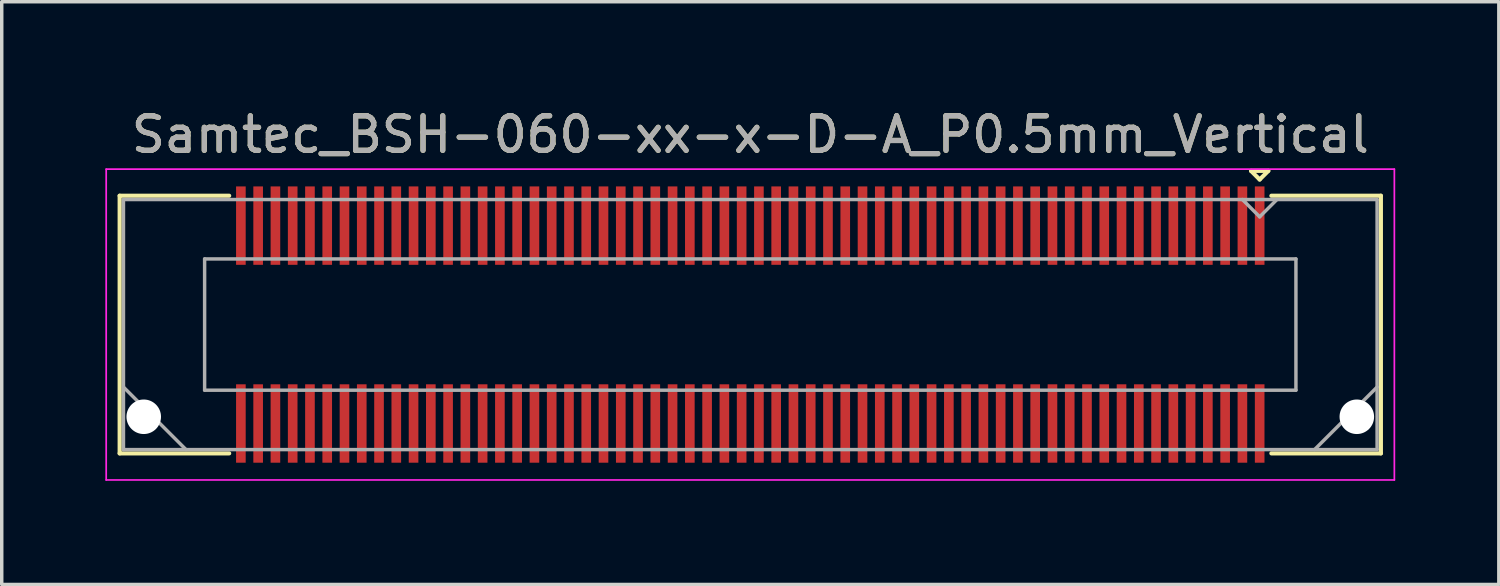
<source format=kicad_pcb>
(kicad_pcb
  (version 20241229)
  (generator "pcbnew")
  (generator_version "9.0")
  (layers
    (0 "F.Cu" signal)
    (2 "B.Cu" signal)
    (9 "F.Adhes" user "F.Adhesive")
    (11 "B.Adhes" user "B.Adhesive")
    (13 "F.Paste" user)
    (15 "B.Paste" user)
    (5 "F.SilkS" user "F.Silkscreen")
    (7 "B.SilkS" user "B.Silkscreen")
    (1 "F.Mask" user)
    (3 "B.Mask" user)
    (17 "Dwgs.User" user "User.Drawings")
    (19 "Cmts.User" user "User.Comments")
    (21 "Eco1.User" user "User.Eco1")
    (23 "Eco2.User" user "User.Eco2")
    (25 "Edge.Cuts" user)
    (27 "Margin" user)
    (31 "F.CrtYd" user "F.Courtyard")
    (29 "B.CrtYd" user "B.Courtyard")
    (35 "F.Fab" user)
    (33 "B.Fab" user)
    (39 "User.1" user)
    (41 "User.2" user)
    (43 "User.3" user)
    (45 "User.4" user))
  (footprint "Samtec_BSH-060-xx-x-D-A_P0.5mm_Vertical"
    (layer "F.Cu")
    (at 18.675 6.348)
    (property "Reference" "Samtec_BSH-060-xx-x-D-A_P0.5mm_Vertical" (at 0 -5.5 0) (layer "F.SilkS") (effects (font (size 1 1) (thickness 0.15))))
    (attr smd)
    (fp_line (start -18.26 -3.73) (end -15.089 -3.73) (stroke (width 0.12) (type solid)) (layer "F.SilkS"))
    (fp_line (start -18.26 3.73) (end -18.26 -3.73) (stroke (width 0.12) (type solid)) (layer "F.SilkS"))
    (fp_line (start -15.089 3.73) (end -18.26 3.73) (stroke (width 0.12) (type solid)) (layer "F.SilkS"))
    (fp_line (start 14.5 -4.45) (end 15 -4.45) (stroke (width 0.12) (type solid)) (layer "F.SilkS"))
    (fp_line (start 14.75 -4.2) (end 14.5 -4.45) (stroke (width 0.12) (type solid)) (layer "F.SilkS"))
    (fp_line (start 15 -4.45) (end 14.75 -4.2) (stroke (width 0.12) (type solid)) (layer "F.SilkS"))
    (fp_line (start 15.089 3.73) (end 18.26 3.73) (stroke (width 0.12) (type solid)) (layer "F.SilkS"))
    (fp_line (start 18.26 -3.73) (end 15.089 -3.73) (stroke (width 0.12) (type solid)) (layer "F.SilkS"))
    (fp_line (start 18.26 3.73) (end 18.26 -3.73) (stroke (width 0.12) (type solid)) (layer "F.SilkS"))
    (fp_line (start -18.65 -4.5) (end -18.65 4.5) (stroke (width 0.05) (type solid)) (layer "F.CrtYd"))
    (fp_line (start -18.65 4.5) (end 18.65 4.5) (stroke (width 0.05) (type solid)) (layer "F.CrtYd"))
    (fp_line (start 18.65 -4.5) (end -18.65 -4.5) (stroke (width 0.05) (type solid)) (layer "F.CrtYd"))
    (fp_line (start 18.65 4.5) (end 18.65 -4.5) (stroke (width 0.05) (type solid)) (layer "F.CrtYd"))
    (fp_line (start -18.15 -3.62) (end -18.15 3.62) (stroke (width 0.1) (type solid)) (layer "F.Fab"))
    (fp_line (start -18.15 1.81) (end -16.34 3.62) (stroke (width 0.1) (type solid)) (layer "F.Fab"))
    (fp_line (start -18.15 3.62) (end 18.15 3.62) (stroke (width 0.1) (type solid)) (layer "F.Fab"))
    (fp_line (start -15.8 -1.9) (end -15.8 1.9) (stroke (width 0.1) (type solid)) (layer "F.Fab"))
    (fp_line (start -15.8 1.9) (end 15.8 1.9) (stroke (width 0.1) (type solid)) (layer "F.Fab"))
    (fp_line (start 14.75 -3.12) (end 14.25 -3.62) (stroke (width 0.1) (type solid)) (layer "F.Fab"))
    (fp_line (start 15.25 -3.62) (end 14.75 -3.12) (stroke (width 0.1) (type solid)) (layer "F.Fab"))
    (fp_line (start 15.8 -1.9) (end -15.8 -1.9) (stroke (width 0.1) (type solid)) (layer "F.Fab"))
    (fp_line (start 15.8 1.9) (end 15.8 -1.9) (stroke (width 0.1) (type solid)) (layer "F.Fab"))
    (fp_line (start 18.15 -3.62) (end -18.15 -3.62) (stroke (width 0.1) (type solid)) (layer "F.Fab"))
    (fp_line (start 18.15 1.81) (end 16.34 3.62) (stroke (width 0.1) (type solid)) (layer "F.Fab"))
    (fp_line (start 18.15 3.62) (end 18.15 -3.62) (stroke (width 0.1) (type solid)) (layer "F.Fab"))
    (fp_text user "${REFERENCE}" (at 0 -5.5 0) (layer "F.Fab") (effects (font (size 1 1) (thickness 0.15))))
    (pad "" np_thru_hole circle (at -17.563 2.67) (size 1 1) (drill 1) (layers "*.Cu" "*.Mask"))
    (pad "" np_thru_hole circle (at 17.563 2.67) (size 1 1) (drill 1) (layers "*.Cu" "*.Mask"))
    (pad "1" smd rect (at 14.75 -2.865) (size 0.279 2.27) (layers "F.Cu" "F.Mask" "F.Paste"))
    (pad "2" smd rect (at 14.75 2.865) (size 0.279 2.27) (layers "F.Cu" "F.Mask" "F.Paste"))
    (pad "3" smd rect (at 14.25 -2.865) (size 0.279 2.27) (layers "F.Cu" "F.Mask" "F.Paste"))
    (pad "4" smd rect (at 14.25 2.865) (size 0.279 2.27) (layers "F.Cu" "F.Mask" "F.Paste"))
    (pad "5" smd rect (at 13.75 -2.865) (size 0.279 2.27) (layers "F.Cu" "F.Mask" "F.Paste"))
    (pad "6" smd rect (at 13.75 2.865) (size 0.279 2.27) (layers "F.Cu" "F.Mask" "F.Paste"))
    (pad "7" smd rect (at 13.25 -2.865) (size 0.279 2.27) (layers "F.Cu" "F.Mask" "F.Paste"))
    (pad "8" smd rect (at 13.25 2.865) (size 0.279 2.27) (layers "F.Cu" "F.Mask" "F.Paste"))
    (pad "9" smd rect (at 12.75 -2.865) (size 0.279 2.27) (layers "F.Cu" "F.Mask" "F.Paste"))
    (pad "10" smd rect (at 12.75 2.865) (size 0.279 2.27) (layers "F.Cu" "F.Mask" "F.Paste"))
    (pad "11" smd rect (at 12.25 -2.865) (size 0.279 2.27) (layers "F.Cu" "F.Mask" "F.Paste"))
    (pad "12" smd rect (at 12.25 2.865) (size 0.279 2.27) (layers "F.Cu" "F.Mask" "F.Paste"))
    (pad "13" smd rect (at 11.75 -2.865) (size 0.279 2.27) (layers "F.Cu" "F.Mask" "F.Paste"))
    (pad "14" smd rect (at 11.75 2.865) (size 0.279 2.27) (layers "F.Cu" "F.Mask" "F.Paste"))
    (pad "15" smd rect (at 11.25 -2.865) (size 0.279 2.27) (layers "F.Cu" "F.Mask" "F.Paste"))
    (pad "16" smd rect (at 11.25 2.865) (size 0.279 2.27) (layers "F.Cu" "F.Mask" "F.Paste"))
    (pad "17" smd rect (at 10.75 -2.865) (size 0.279 2.27) (layers "F.Cu" "F.Mask" "F.Paste"))
    (pad "18" smd rect (at 10.75 2.865) (size 0.279 2.27) (layers "F.Cu" "F.Mask" "F.Paste"))
    (pad "19" smd rect (at 10.25 -2.865) (size 0.279 2.27) (layers "F.Cu" "F.Mask" "F.Paste"))
    (pad "20" smd rect (at 10.25 2.865) (size 0.279 2.27) (layers "F.Cu" "F.Mask" "F.Paste"))
    (pad "21" smd rect (at 9.75 -2.865) (size 0.279 2.27) (layers "F.Cu" "F.Mask" "F.Paste"))
    (pad "22" smd rect (at 9.75 2.865) (size 0.279 2.27) (layers "F.Cu" "F.Mask" "F.Paste"))
    (pad "23" smd rect (at 9.25 -2.865) (size 0.279 2.27) (layers "F.Cu" "F.Mask" "F.Paste"))
    (pad "24" smd rect (at 9.25 2.865) (size 0.279 2.27) (layers "F.Cu" "F.Mask" "F.Paste"))
    (pad "25" smd rect (at 8.75 -2.865) (size 0.279 2.27) (layers "F.Cu" "F.Mask" "F.Paste"))
    (pad "26" smd rect (at 8.75 2.865) (size 0.279 2.27) (layers "F.Cu" "F.Mask" "F.Paste"))
    (pad "27" smd rect (at 8.25 -2.865) (size 0.279 2.27) (layers "F.Cu" "F.Mask" "F.Paste"))
    (pad "28" smd rect (at 8.25 2.865) (size 0.279 2.27) (layers "F.Cu" "F.Mask" "F.Paste"))
    (pad "29" smd rect (at 7.75 -2.865) (size 0.279 2.27) (layers "F.Cu" "F.Mask" "F.Paste"))
    (pad "30" smd rect (at 7.75 2.865) (size 0.279 2.27) (layers "F.Cu" "F.Mask" "F.Paste"))
    (pad "31" smd rect (at 7.25 -2.865) (size 0.279 2.27) (layers "F.Cu" "F.Mask" "F.Paste"))
    (pad "32" smd rect (at 7.25 2.865) (size 0.279 2.27) (layers "F.Cu" "F.Mask" "F.Paste"))
    (pad "33" smd rect (at 6.75 -2.865) (size 0.279 2.27) (layers "F.Cu" "F.Mask" "F.Paste"))
    (pad "34" smd rect (at 6.75 2.865) (size 0.279 2.27) (layers "F.Cu" "F.Mask" "F.Paste"))
    (pad "35" smd rect (at 6.25 -2.865) (size 0.279 2.27) (layers "F.Cu" "F.Mask" "F.Paste"))
    (pad "36" smd rect (at 6.25 2.865) (size 0.279 2.27) (layers "F.Cu" "F.Mask" "F.Paste"))
    (pad "37" smd rect (at 5.75 -2.865) (size 0.279 2.27) (layers "F.Cu" "F.Mask" "F.Paste"))
    (pad "38" smd rect (at 5.75 2.865) (size 0.279 2.27) (layers "F.Cu" "F.Mask" "F.Paste"))
    (pad "39" smd rect (at 5.25 -2.865) (size 0.279 2.27) (layers "F.Cu" "F.Mask" "F.Paste"))
    (pad "40" smd rect (at 5.25 2.865) (size 0.279 2.27) (layers "F.Cu" "F.Mask" "F.Paste"))
    (pad "41" smd rect (at 4.75 -2.865) (size 0.279 2.27) (layers "F.Cu" "F.Mask" "F.Paste"))
    (pad "42" smd rect (at 4.75 2.865) (size 0.279 2.27) (layers "F.Cu" "F.Mask" "F.Paste"))
    (pad "43" smd rect (at 4.25 -2.865) (size 0.279 2.27) (layers "F.Cu" "F.Mask" "F.Paste"))
    (pad "44" smd rect (at 4.25 2.865) (size 0.279 2.27) (layers "F.Cu" "F.Mask" "F.Paste"))
    (pad "45" smd rect (at 3.75 -2.865) (size 0.279 2.27) (layers "F.Cu" "F.Mask" "F.Paste"))
    (pad "46" smd rect (at 3.75 2.865) (size 0.279 2.27) (layers "F.Cu" "F.Mask" "F.Paste"))
    (pad "47" smd rect (at 3.25 -2.865) (size 0.279 2.27) (layers "F.Cu" "F.Mask" "F.Paste"))
    (pad "48" smd rect (at 3.25 2.865) (size 0.279 2.27) (layers "F.Cu" "F.Mask" "F.Paste"))
    (pad "49" smd rect (at 2.75 -2.865) (size 0.279 2.27) (layers "F.Cu" "F.Mask" "F.Paste"))
    (pad "50" smd rect (at 2.75 2.865) (size 0.279 2.27) (layers "F.Cu" "F.Mask" "F.Paste"))
    (pad "51" smd rect (at 2.25 -2.865) (size 0.279 2.27) (layers "F.Cu" "F.Mask" "F.Paste"))
    (pad "52" smd rect (at 2.25 2.865) (size 0.279 2.27) (layers "F.Cu" "F.Mask" "F.Paste"))
    (pad "53" smd rect (at 1.75 -2.865) (size 0.279 2.27) (layers "F.Cu" "F.Mask" "F.Paste"))
    (pad "54" smd rect (at 1.75 2.865) (size 0.279 2.27) (layers "F.Cu" "F.Mask" "F.Paste"))
    (pad "55" smd rect (at 1.25 -2.865) (size 0.279 2.27) (layers "F.Cu" "F.Mask" "F.Paste"))
    (pad "56" smd rect (at 1.25 2.865) (size 0.279 2.27) (layers "F.Cu" "F.Mask" "F.Paste"))
    (pad "57" smd rect (at 0.75 -2.865) (size 0.279 2.27) (layers "F.Cu" "F.Mask" "F.Paste"))
    (pad "58" smd rect (at 0.75 2.865) (size 0.279 2.27) (layers "F.Cu" "F.Mask" "F.Paste"))
    (pad "59" smd rect (at 0.25 -2.865) (size 0.279 2.27) (layers "F.Cu" "F.Mask" "F.Paste"))
    (pad "60" smd rect (at 0.25 2.865) (size 0.279 2.27) (layers "F.Cu" "F.Mask" "F.Paste"))
    (pad "61" smd rect (at -0.25 -2.865) (size 0.279 2.27) (layers "F.Cu" "F.Mask" "F.Paste"))
    (pad "62" smd rect (at -0.25 2.865) (size 0.279 2.27) (layers "F.Cu" "F.Mask" "F.Paste"))
    (pad "63" smd rect (at -0.75 -2.865) (size 0.279 2.27) (layers "F.Cu" "F.Mask" "F.Paste"))
    (pad "64" smd rect (at -0.75 2.865) (size 0.279 2.27) (layers "F.Cu" "F.Mask" "F.Paste"))
    (pad "65" smd rect (at -1.25 -2.865) (size 0.279 2.27) (layers "F.Cu" "F.Mask" "F.Paste"))
    (pad "66" smd rect (at -1.25 2.865) (size 0.279 2.27) (layers "F.Cu" "F.Mask" "F.Paste"))
    (pad "67" smd rect (at -1.75 -2.865) (size 0.279 2.27) (layers "F.Cu" "F.Mask" "F.Paste"))
    (pad "68" smd rect (at -1.75 2.865) (size 0.279 2.27) (layers "F.Cu" "F.Mask" "F.Paste"))
    (pad "69" smd rect (at -2.25 -2.865) (size 0.279 2.27) (layers "F.Cu" "F.Mask" "F.Paste"))
    (pad "70" smd rect (at -2.25 2.865) (size 0.279 2.27) (layers "F.Cu" "F.Mask" "F.Paste"))
    (pad "71" smd rect (at -2.75 -2.865) (size 0.279 2.27) (layers "F.Cu" "F.Mask" "F.Paste"))
    (pad "72" smd rect (at -2.75 2.865) (size 0.279 2.27) (layers "F.Cu" "F.Mask" "F.Paste"))
    (pad "73" smd rect (at -3.25 -2.865) (size 0.279 2.27) (layers "F.Cu" "F.Mask" "F.Paste"))
    (pad "74" smd rect (at -3.25 2.865) (size 0.279 2.27) (layers "F.Cu" "F.Mask" "F.Paste"))
    (pad "75" smd rect (at -3.75 -2.865) (size 0.279 2.27) (layers "F.Cu" "F.Mask" "F.Paste"))
    (pad "76" smd rect (at -3.75 2.865) (size 0.279 2.27) (layers "F.Cu" "F.Mask" "F.Paste"))
    (pad "77" smd rect (at -4.25 -2.865) (size 0.279 2.27) (layers "F.Cu" "F.Mask" "F.Paste"))
    (pad "78" smd rect (at -4.25 2.865) (size 0.279 2.27) (layers "F.Cu" "F.Mask" "F.Paste"))
    (pad "79" smd rect (at -4.75 -2.865) (size 0.279 2.27) (layers "F.Cu" "F.Mask" "F.Paste"))
    (pad "80" smd rect (at -4.75 2.865) (size 0.279 2.27) (layers "F.Cu" "F.Mask" "F.Paste"))
    (pad "81" smd rect (at -5.25 -2.865) (size 0.279 2.27) (layers "F.Cu" "F.Mask" "F.Paste"))
    (pad "82" smd rect (at -5.25 2.865) (size 0.279 2.27) (layers "F.Cu" "F.Mask" "F.Paste"))
    (pad "83" smd rect (at -5.75 -2.865) (size 0.279 2.27) (layers "F.Cu" "F.Mask" "F.Paste"))
    (pad "84" smd rect (at -5.75 2.865) (size 0.279 2.27) (layers "F.Cu" "F.Mask" "F.Paste"))
    (pad "85" smd rect (at -6.25 -2.865) (size 0.279 2.27) (layers "F.Cu" "F.Mask" "F.Paste"))
    (pad "86" smd rect (at -6.25 2.865) (size 0.279 2.27) (layers "F.Cu" "F.Mask" "F.Paste"))
    (pad "87" smd rect (at -6.75 -2.865) (size 0.279 2.27) (layers "F.Cu" "F.Mask" "F.Paste"))
    (pad "88" smd rect (at -6.75 2.865) (size 0.279 2.27) (layers "F.Cu" "F.Mask" "F.Paste"))
    (pad "89" smd rect (at -7.25 -2.865) (size 0.279 2.27) (layers "F.Cu" "F.Mask" "F.Paste"))
    (pad "90" smd rect (at -7.25 2.865) (size 0.279 2.27) (layers "F.Cu" "F.Mask" "F.Paste"))
    (pad "91" smd rect (at -7.75 -2.865) (size 0.279 2.27) (layers "F.Cu" "F.Mask" "F.Paste"))
    (pad "92" smd rect (at -7.75 2.865) (size 0.279 2.27) (layers "F.Cu" "F.Mask" "F.Paste"))
    (pad "93" smd rect (at -8.25 -2.865) (size 0.279 2.27) (layers "F.Cu" "F.Mask" "F.Paste"))
    (pad "94" smd rect (at -8.25 2.865) (size 0.279 2.27) (layers "F.Cu" "F.Mask" "F.Paste"))
    (pad "95" smd rect (at -8.75 -2.865) (size 0.279 2.27) (layers "F.Cu" "F.Mask" "F.Paste"))
    (pad "96" smd rect (at -8.75 2.865) (size 0.279 2.27) (layers "F.Cu" "F.Mask" "F.Paste"))
    (pad "97" smd rect (at -9.25 -2.865) (size 0.279 2.27) (layers "F.Cu" "F.Mask" "F.Paste"))
    (pad "98" smd rect (at -9.25 2.865) (size 0.279 2.27) (layers "F.Cu" "F.Mask" "F.Paste"))
    (pad "99" smd rect (at -9.75 -2.865) (size 0.279 2.27) (layers "F.Cu" "F.Mask" "F.Paste"))
    (pad "100" smd rect (at -9.75 2.865) (size 0.279 2.27) (layers "F.Cu" "F.Mask" "F.Paste"))
    (pad "101" smd rect (at -10.25 -2.865) (size 0.279 2.27) (layers "F.Cu" "F.Mask" "F.Paste"))
    (pad "102" smd rect (at -10.25 2.865) (size 0.279 2.27) (layers "F.Cu" "F.Mask" "F.Paste"))
    (pad "103" smd rect (at -10.75 -2.865) (size 0.279 2.27) (layers "F.Cu" "F.Mask" "F.Paste"))
    (pad "104" smd rect (at -10.75 2.865) (size 0.279 2.27) (layers "F.Cu" "F.Mask" "F.Paste"))
    (pad "105" smd rect (at -11.25 -2.865) (size 0.279 2.27) (layers "F.Cu" "F.Mask" "F.Paste"))
    (pad "106" smd rect (at -11.25 2.865) (size 0.279 2.27) (layers "F.Cu" "F.Mask" "F.Paste"))
    (pad "107" smd rect (at -11.75 -2.865) (size 0.279 2.27) (layers "F.Cu" "F.Mask" "F.Paste"))
    (pad "108" smd rect (at -11.75 2.865) (size 0.279 2.27) (layers "F.Cu" "F.Mask" "F.Paste"))
    (pad "109" smd rect (at -12.25 -2.865) (size 0.279 2.27) (layers "F.Cu" "F.Mask" "F.Paste"))
    (pad "110" smd rect (at -12.25 2.865) (size 0.279 2.27) (layers "F.Cu" "F.Mask" "F.Paste"))
    (pad "111" smd rect (at -12.75 -2.865) (size 0.279 2.27) (layers "F.Cu" "F.Mask" "F.Paste"))
    (pad "112" smd rect (at -12.75 2.865) (size 0.279 2.27) (layers "F.Cu" "F.Mask" "F.Paste"))
    (pad "113" smd rect (at -13.25 -2.865) (size 0.279 2.27) (layers "F.Cu" "F.Mask" "F.Paste"))
    (pad "114" smd rect (at -13.25 2.865) (size 0.279 2.27) (layers "F.Cu" "F.Mask" "F.Paste"))
    (pad "115" smd rect (at -13.75 -2.865) (size 0.279 2.27) (layers "F.Cu" "F.Mask" "F.Paste"))
    (pad "116" smd rect (at -13.75 2.865) (size 0.279 2.27) (layers "F.Cu" "F.Mask" "F.Paste"))
    (pad "117" smd rect (at -14.25 -2.865) (size 0.279 2.27) (layers "F.Cu" "F.Mask" "F.Paste"))
    (pad "118" smd rect (at -14.25 2.865) (size 0.279 2.27) (layers "F.Cu" "F.Mask" "F.Paste"))
    (pad "119" smd rect (at -14.75 -2.865) (size 0.279 2.27) (layers "F.Cu" "F.Mask" "F.Paste"))
    (pad "120" smd rect (at -14.75 2.865) (size 0.279 2.27) (layers "F.Cu" "F.Mask" "F.Paste")))
  (gr_rect
    (start -3 -3)
    (end 40.35 13.873)
    (stroke (width 0.1) (type default))
    (fill no)
    (layer "Edge.Cuts")))
</source>
